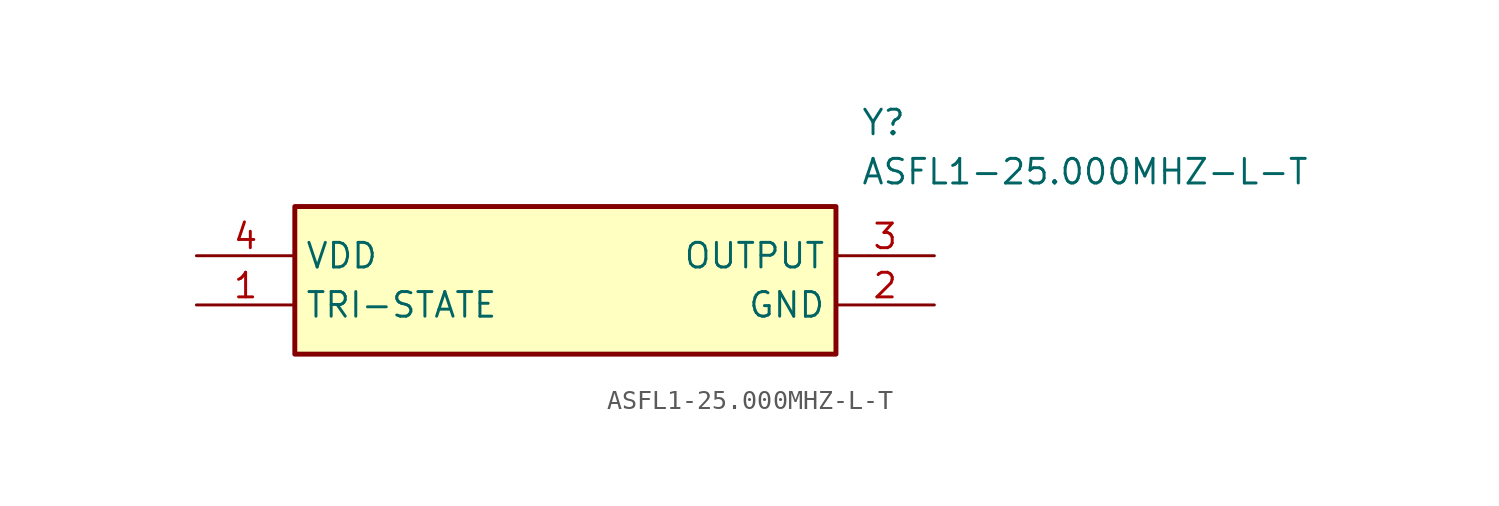
<source format=kicad_sym>
(kicad_symbol_lib
  (version 20231120)
  (generator "kicad_symbol_editor")
  (generator_version "8.0")
  (symbol "ASFL1-25.000MHZ-L-T"
    (property "Reference" "Y"
      (at 34.29 7.62 0)
      (effects (font (size 1.27 1.27)) (justify left top)))
    (property "Value" "ASFL1-25.000MHZ-L-T"
      (at 34.29 5.08 0)
      (effects (font (size 1.27 1.27)) (justify left top)))
    (symbol "ASFL1-25.000MHZ-L-T_1_1"
      (rectangle (start 5.08 2.54) (end 33.02 -5.08) (stroke (width 0.254) (type default)) (fill (type background)))
      (pin passive line (at 0 -2.54 0) (length 5.08) (name "TRI-STATE" (effects (font (size 1.27 1.27)))) (number "1" (effects (font (size 1.27 1.27)))))
      (pin passive line (at 38.1 -2.54 180) (length 5.08) (name "GND" (effects (font (size 1.27 1.27)))) (number "2" (effects (font (size 1.27 1.27)))))
      (pin passive line (at 38.1 0 180) (length 5.08) (name "OUTPUT" (effects (font (size 1.27 1.27)))) (number "3" (effects (font (size 1.27 1.27)))))
      (pin passive line (at 0 0 0) (length 5.08) (name "VDD" (effects (font (size 1.27 1.27)))) (number "4" (effects (font (size 1.27 1.27))))))))
</source>
